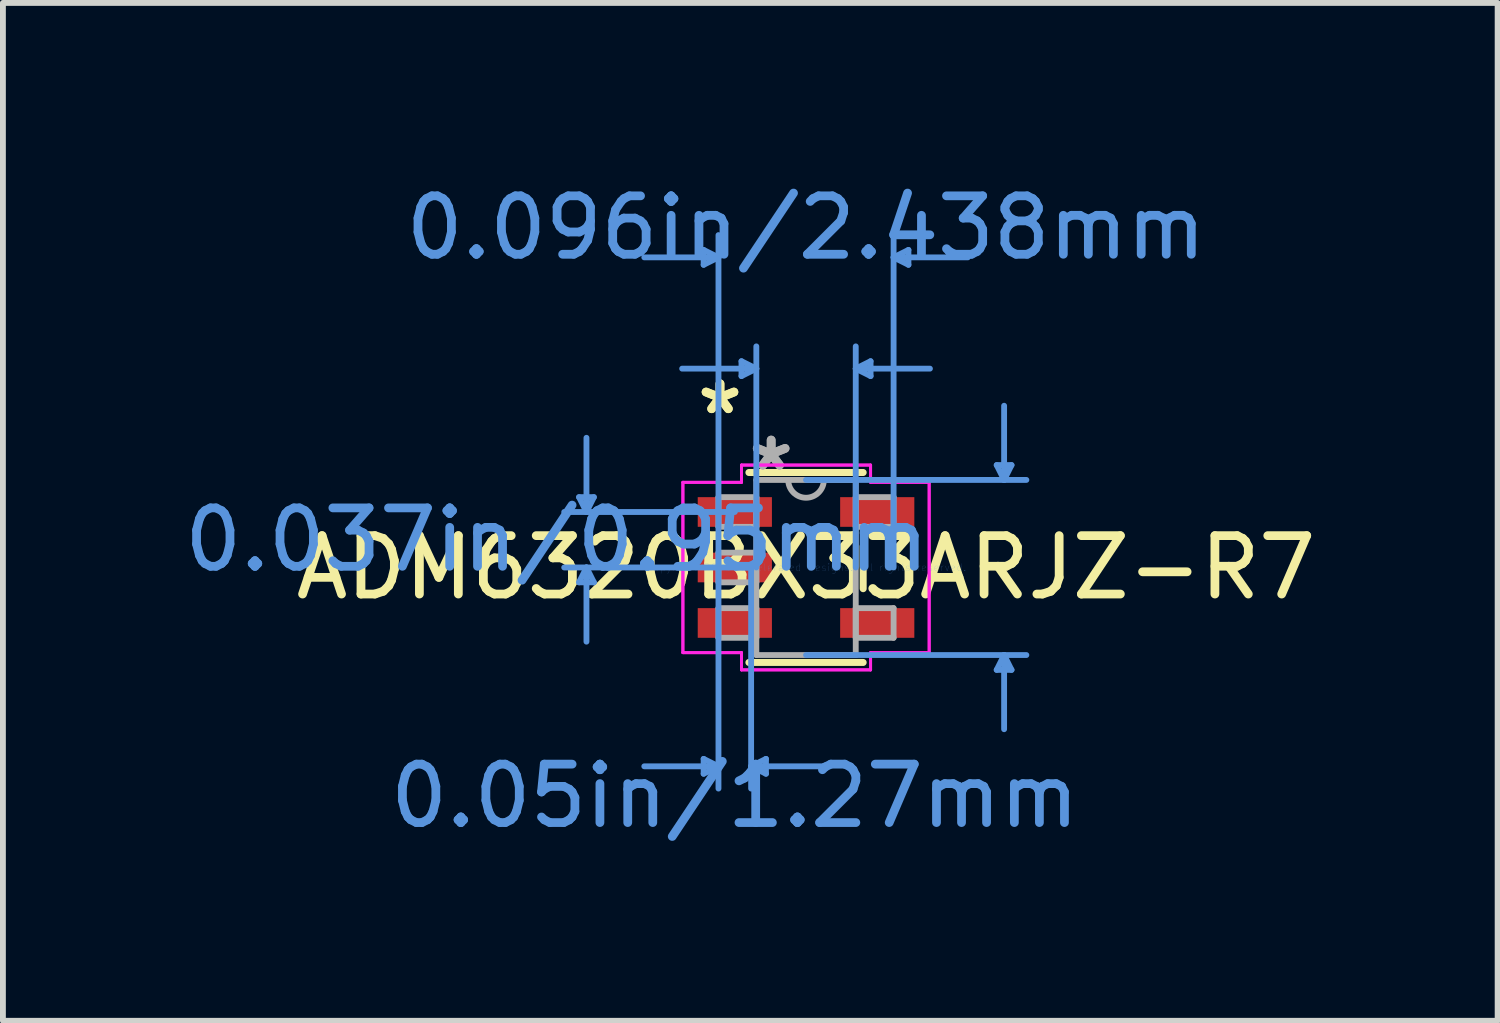
<source format=kicad_pcb>
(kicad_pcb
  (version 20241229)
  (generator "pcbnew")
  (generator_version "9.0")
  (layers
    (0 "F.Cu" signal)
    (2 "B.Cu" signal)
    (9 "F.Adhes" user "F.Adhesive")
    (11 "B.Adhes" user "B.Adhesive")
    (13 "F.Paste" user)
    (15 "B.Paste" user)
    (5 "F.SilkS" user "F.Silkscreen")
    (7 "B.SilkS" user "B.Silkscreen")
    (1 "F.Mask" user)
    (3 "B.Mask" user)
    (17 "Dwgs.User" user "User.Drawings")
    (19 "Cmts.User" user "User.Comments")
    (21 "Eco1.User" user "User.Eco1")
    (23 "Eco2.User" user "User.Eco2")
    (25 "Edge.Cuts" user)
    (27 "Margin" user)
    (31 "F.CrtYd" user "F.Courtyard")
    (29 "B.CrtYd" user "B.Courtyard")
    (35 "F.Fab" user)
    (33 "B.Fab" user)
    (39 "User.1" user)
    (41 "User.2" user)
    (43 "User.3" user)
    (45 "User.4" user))
  (footprint "ADM6320BX33ARJZ-R7"
    (layer "F.Cu")
    (at 10.749 6.665)
    (property "Reference" "ADM6320BX33ARJZ-R7" (at 0 0 0) (layer "F.SilkS") (effects (font (size 1 1) (thickness 0.15))))
    (attr through_hole)
    (fp_line (start -0.978 1.626) (end 0.978 1.626) (stroke (width 0.12) (type solid)) (layer "F.SilkS"))
    (fp_line (start 0.978 -1.626) (end -0.978 -1.626) (stroke (width 0.12) (type solid)) (layer "F.SilkS"))
    (fp_line (start 0.978 0.363) (end 0.978 -0.363) (stroke (width 0.12) (type solid)) (layer "F.SilkS"))
    (fp_line (start -3.886 -1.204) (end -3.632 -1.204) (stroke (width 0.1) (type solid)) (layer "Cmts.User"))
    (fp_line (start -3.886 0.254) (end -3.632 0.254) (stroke (width 0.1) (type solid)) (layer "Cmts.User"))
    (fp_line (start -3.759 -0.95) (end -3.886 -1.204) (stroke (width 0.1) (type solid)) (layer "Cmts.User"))
    (fp_line (start -3.759 -0.95) (end -3.759 -2.22) (stroke (width 0.1) (type solid)) (layer "Cmts.User"))
    (fp_line (start -3.759 -0.95) (end -3.632 -1.204) (stroke (width 0.1) (type solid)) (layer "Cmts.User"))
    (fp_line (start -3.759 0) (end -3.886 0.254) (stroke (width 0.1) (type solid)) (layer "Cmts.User"))
    (fp_line (start -3.759 0) (end -3.759 1.27) (stroke (width 0.1) (type solid)) (layer "Cmts.User"))
    (fp_line (start -3.759 0) (end -3.632 0.254) (stroke (width 0.1) (type solid)) (layer "Cmts.User"))
    (fp_line (start -1.753 -5.436) (end -1.753 -5.182) (stroke (width 0.1) (type solid)) (layer "Cmts.User"))
    (fp_line (start -1.753 3.277) (end -1.753 3.531) (stroke (width 0.1) (type solid)) (layer "Cmts.User"))
    (fp_line (start -1.499 -5.309) (end -2.769 -5.309) (stroke (width 0.1) (type solid)) (layer "Cmts.User"))
    (fp_line (start -1.499 -5.309) (end -1.753 -5.436) (stroke (width 0.1) (type solid)) (layer "Cmts.User"))
    (fp_line (start -1.499 -5.309) (end -1.753 -5.182) (stroke (width 0.1) (type solid)) (layer "Cmts.User"))
    (fp_line (start -1.499 0) (end -1.499 -5.69) (stroke (width 0.1) (type solid)) (layer "Cmts.User"))
    (fp_line (start -1.499 0) (end -1.499 3.785) (stroke (width 0.1) (type solid)) (layer "Cmts.User"))
    (fp_line (start -1.499 3.404) (end -2.769 3.404) (stroke (width 0.1) (type solid)) (layer "Cmts.User"))
    (fp_line (start -1.499 3.404) (end -1.753 3.277) (stroke (width 0.1) (type solid)) (layer "Cmts.User"))
    (fp_line (start -1.499 3.404) (end -1.753 3.531) (stroke (width 0.1) (type solid)) (layer "Cmts.User"))
    (fp_line (start -1.219 -0.95) (end -4.14 -0.95) (stroke (width 0.1) (type solid)) (layer "Cmts.User"))
    (fp_line (start -1.219 0) (end -4.14 0) (stroke (width 0.1) (type solid)) (layer "Cmts.User"))
    (fp_line (start -1.105 -3.531) (end -1.105 -3.277) (stroke (width 0.1) (type solid)) (layer "Cmts.User"))
    (fp_line (start -0.94 0) (end -0.94 3.785) (stroke (width 0.1) (type solid)) (layer "Cmts.User"))
    (fp_line (start -0.94 3.404) (end -0.686 3.277) (stroke (width 0.1) (type solid)) (layer "Cmts.User"))
    (fp_line (start -0.94 3.404) (end -0.686 3.531) (stroke (width 0.1) (type solid)) (layer "Cmts.User"))
    (fp_line (start -0.94 3.404) (end 0.33 3.404) (stroke (width 0.1) (type solid)) (layer "Cmts.User"))
    (fp_line (start -0.851 -3.404) (end -2.121 -3.404) (stroke (width 0.1) (type solid)) (layer "Cmts.User"))
    (fp_line (start -0.851 -3.404) (end -1.105 -3.531) (stroke (width 0.1) (type solid)) (layer "Cmts.User"))
    (fp_line (start -0.851 -3.404) (end -1.105 -3.277) (stroke (width 0.1) (type solid)) (layer "Cmts.User"))
    (fp_line (start -0.851 0) (end -0.851 -3.785) (stroke (width 0.1) (type solid)) (layer "Cmts.User"))
    (fp_line (start -0.686 3.277) (end -0.686 3.531) (stroke (width 0.1) (type solid)) (layer "Cmts.User"))
    (fp_line (start 0 -1.499) (end 3.772 -1.499) (stroke (width 0.1) (type solid)) (layer "Cmts.User"))
    (fp_line (start 0 1.499) (end 3.772 1.499) (stroke (width 0.1) (type solid)) (layer "Cmts.User"))
    (fp_line (start 0.851 -3.404) (end 1.105 -3.531) (stroke (width 0.1) (type solid)) (layer "Cmts.User"))
    (fp_line (start 0.851 -3.404) (end 1.105 -3.277) (stroke (width 0.1) (type solid)) (layer "Cmts.User"))
    (fp_line (start 0.851 -3.404) (end 2.121 -3.404) (stroke (width 0.1) (type solid)) (layer "Cmts.User"))
    (fp_line (start 0.851 0) (end 0.851 -3.785) (stroke (width 0.1) (type solid)) (layer "Cmts.User"))
    (fp_line (start 1.105 -3.531) (end 1.105 -3.277) (stroke (width 0.1) (type solid)) (layer "Cmts.User"))
    (fp_line (start 1.499 -5.309) (end 1.753 -5.436) (stroke (width 0.1) (type solid)) (layer "Cmts.User"))
    (fp_line (start 1.499 -5.309) (end 1.753 -5.182) (stroke (width 0.1) (type solid)) (layer "Cmts.User"))
    (fp_line (start 1.499 -5.309) (end 2.769 -5.309) (stroke (width 0.1) (type solid)) (layer "Cmts.User"))
    (fp_line (start 1.499 0) (end 1.499 -5.69) (stroke (width 0.1) (type solid)) (layer "Cmts.User"))
    (fp_line (start 1.753 -5.436) (end 1.753 -5.182) (stroke (width 0.1) (type solid)) (layer "Cmts.User"))
    (fp_line (start 3.264 -1.753) (end 3.518 -1.753) (stroke (width 0.1) (type solid)) (layer "Cmts.User"))
    (fp_line (start 3.264 1.753) (end 3.518 1.753) (stroke (width 0.1) (type solid)) (layer "Cmts.User"))
    (fp_line (start 3.391 -1.499) (end 3.264 -1.753) (stroke (width 0.1) (type solid)) (layer "Cmts.User"))
    (fp_line (start 3.391 -1.499) (end 3.391 -2.769) (stroke (width 0.1) (type solid)) (layer "Cmts.User"))
    (fp_line (start 3.391 -1.499) (end 3.518 -1.753) (stroke (width 0.1) (type solid)) (layer "Cmts.User"))
    (fp_line (start 3.391 1.499) (end 3.264 1.753) (stroke (width 0.1) (type solid)) (layer "Cmts.User"))
    (fp_line (start 3.391 1.499) (end 3.391 2.769) (stroke (width 0.1) (type solid)) (layer "Cmts.User"))
    (fp_line (start 3.391 1.499) (end 3.518 1.753) (stroke (width 0.1) (type solid)) (layer "Cmts.User"))
    (fp_line (start -2.108 -1.458) (end -1.105 -1.458) (stroke (width 0.05) (type solid)) (layer "F.CrtYd"))
    (fp_line (start -2.108 -1.458) (end -1.105 -1.458) (stroke (width 0.05) (type solid)) (layer "F.CrtYd"))
    (fp_line (start -2.108 1.458) (end -2.108 -1.458) (stroke (width 0.05) (type solid)) (layer "F.CrtYd"))
    (fp_line (start -2.108 1.458) (end -2.108 -1.458) (stroke (width 0.05) (type solid)) (layer "F.CrtYd"))
    (fp_line (start -1.105 -1.753) (end 1.105 -1.753) (stroke (width 0.05) (type solid)) (layer "F.CrtYd"))
    (fp_line (start -1.105 -1.753) (end 1.105 -1.753) (stroke (width 0.05) (type solid)) (layer "F.CrtYd"))
    (fp_line (start -1.105 -1.458) (end -1.105 -1.753) (stroke (width 0.05) (type solid)) (layer "F.CrtYd"))
    (fp_line (start -1.105 -1.458) (end -1.105 -1.753) (stroke (width 0.05) (type solid)) (layer "F.CrtYd"))
    (fp_line (start -1.105 1.458) (end -2.108 1.458) (stroke (width 0.05) (type solid)) (layer "F.CrtYd"))
    (fp_line (start -1.105 1.458) (end -2.108 1.458) (stroke (width 0.05) (type solid)) (layer "F.CrtYd"))
    (fp_line (start -1.105 1.753) (end -1.105 1.458) (stroke (width 0.05) (type solid)) (layer "F.CrtYd"))
    (fp_line (start -1.105 1.753) (end -1.105 1.458) (stroke (width 0.05) (type solid)) (layer "F.CrtYd"))
    (fp_line (start 1.105 -1.753) (end 1.105 -1.458) (stroke (width 0.05) (type solid)) (layer "F.CrtYd"))
    (fp_line (start 1.105 -1.753) (end 1.105 -1.458) (stroke (width 0.05) (type solid)) (layer "F.CrtYd"))
    (fp_line (start 1.105 -1.458) (end 2.108 -1.458) (stroke (width 0.05) (type solid)) (layer "F.CrtYd"))
    (fp_line (start 1.105 -1.458) (end 2.108 -1.458) (stroke (width 0.05) (type solid)) (layer "F.CrtYd"))
    (fp_line (start 1.105 1.458) (end 1.105 1.753) (stroke (width 0.05) (type solid)) (layer "F.CrtYd"))
    (fp_line (start 1.105 1.458) (end 1.105 1.753) (stroke (width 0.05) (type solid)) (layer "F.CrtYd"))
    (fp_line (start 1.105 1.753) (end -1.105 1.753) (stroke (width 0.05) (type solid)) (layer "F.CrtYd"))
    (fp_line (start 1.105 1.753) (end -1.105 1.753) (stroke (width 0.05) (type solid)) (layer "F.CrtYd"))
    (fp_line (start 2.108 -1.458) (end 2.108 1.458) (stroke (width 0.05) (type solid)) (layer "F.CrtYd"))
    (fp_line (start 2.108 -1.458) (end 2.108 1.458) (stroke (width 0.05) (type solid)) (layer "F.CrtYd"))
    (fp_line (start 2.108 1.458) (end 1.105 1.458) (stroke (width 0.05) (type solid)) (layer "F.CrtYd"))
    (fp_line (start 2.108 1.458) (end 1.105 1.458) (stroke (width 0.05) (type solid)) (layer "F.CrtYd"))
    (fp_line (start -1.499 -1.204) (end -1.499 -0.696) (stroke (width 0.1) (type solid)) (layer "F.Fab"))
    (fp_line (start -1.499 -0.696) (end -0.851 -0.696) (stroke (width 0.1) (type solid)) (layer "F.Fab"))
    (fp_line (start -1.499 -0.254) (end -1.499 0.254) (stroke (width 0.1) (type solid)) (layer "F.Fab"))
    (fp_line (start -1.499 0.254) (end -0.851 0.254) (stroke (width 0.1) (type solid)) (layer "F.Fab"))
    (fp_line (start -1.499 0.696) (end -1.499 1.204) (stroke (width 0.1) (type solid)) (layer "F.Fab"))
    (fp_line (start -1.499 1.204) (end -0.851 1.204) (stroke (width 0.1) (type solid)) (layer "F.Fab"))
    (fp_line (start -0.851 -1.499) (end -0.851 1.499) (stroke (width 0.1) (type solid)) (layer "F.Fab"))
    (fp_line (start -0.851 -1.204) (end -1.499 -1.204) (stroke (width 0.1) (type solid)) (layer "F.Fab"))
    (fp_line (start -0.851 -0.696) (end -0.851 -1.204) (stroke (width 0.1) (type solid)) (layer "F.Fab"))
    (fp_line (start -0.851 -0.254) (end -1.499 -0.254) (stroke (width 0.1) (type solid)) (layer "F.Fab"))
    (fp_line (start -0.851 0.254) (end -0.851 -0.254) (stroke (width 0.1) (type solid)) (layer "F.Fab"))
    (fp_line (start -0.851 0.696) (end -1.499 0.696) (stroke (width 0.1) (type solid)) (layer "F.Fab"))
    (fp_line (start -0.851 1.204) (end -0.851 0.696) (stroke (width 0.1) (type solid)) (layer "F.Fab"))
    (fp_line (start -0.851 1.499) (end 0.851 1.499) (stroke (width 0.1) (type solid)) (layer "F.Fab"))
    (fp_line (start 0.851 -1.499) (end -0.851 -1.499) (stroke (width 0.1) (type solid)) (layer "F.Fab"))
    (fp_line (start 0.851 -1.204) (end 0.851 -0.696) (stroke (width 0.1) (type solid)) (layer "F.Fab"))
    (fp_line (start 0.851 -0.696) (end 1.499 -0.696) (stroke (width 0.1) (type solid)) (layer "F.Fab"))
    (fp_line (start 0.851 0.696) (end 0.851 1.204) (stroke (width 0.1) (type solid)) (layer "F.Fab"))
    (fp_line (start 0.851 1.204) (end 1.499 1.204) (stroke (width 0.1) (type solid)) (layer "F.Fab"))
    (fp_line (start 0.851 1.499) (end 0.851 -1.499) (stroke (width 0.1) (type solid)) (layer "F.Fab"))
    (fp_line (start 1.499 -1.204) (end 0.851 -1.204) (stroke (width 0.1) (type solid)) (layer "F.Fab"))
    (fp_line (start 1.499 -0.696) (end 1.499 -1.204) (stroke (width 0.1) (type solid)) (layer "F.Fab"))
    (fp_line (start 1.499 0.696) (end 0.851 0.696) (stroke (width 0.1) (type solid)) (layer "F.Fab"))
    (fp_line (start 1.499 1.204) (end 1.499 0.696) (stroke (width 0.1) (type solid)) (layer "F.Fab"))
    (fp_arc (start 0.3048 -1.4986) (mid 0 -1.1938) (end -0.3048 -1.4986) (stroke (width 0.1) (type solid)) (layer "F.Fab"))
    (fp_text user "*" (at -1.473 -2.601 0) (layer "F.SilkS") (effects (font (size 1 1) (thickness 0.15))))
    (fp_text user "*" (at -1.473 -2.601 0) (layer "F.SilkS") (effects (font (size 1 1) (thickness 0.15))))
    (fp_text user "0.037in/0.95mm" (at -4.267 -0.475 0) (layer "Cmts.User") (effects (font (size 1 1) (thickness 0.15))))
    (fp_text user "Copyright 2021 Accelerated Designs. All rights reserved." (at 0 0 0) (layer "Cmts.User") (effects (font (size 0.127 0.127) (thickness 0.002))))
    (fp_text user "0.05in/1.27mm" (at -1.219 3.912 0) (layer "Cmts.User") (effects (font (size 1 1) (thickness 0.15))))
    (fp_text user "0.096in/2.438mm" (at 0 -5.817 0) (layer "Cmts.User") (effects (font (size 1 1) (thickness 0.15))))
    (fp_text user "*" (at -0.597 -1.636 0) (layer "F.Fab") (effects (font (size 1 1) (thickness 0.15))))
    (fp_text user "*" (at -0.597 -1.636 0) (layer "F.Fab") (effects (font (size 1 1) (thickness 0.15))))
    (pad "1" smd rect (at -1.219 -0.95) (size 1.27 0.508) (layers "F.Cu" "F.Mask" "F.Paste"))
    (pad "2" smd rect (at -1.219 0) (size 1.27 0.508) (layers "F.Cu" "F.Mask" "F.Paste"))
    (pad "3" smd rect (at -1.219 0.95) (size 1.27 0.508) (layers "F.Cu" "F.Mask" "F.Paste"))
    (pad "4" smd rect (at 1.219 0.95) (size 1.27 0.508) (layers "F.Cu" "F.Mask" "F.Paste"))
    (pad "5" smd rect (at 1.219 -0.95) (size 1.27 0.508) (layers "F.Cu" "F.Mask" "F.Paste")))
  (gr_rect
    (start -3 -3)
    (end 22.589 14.425)
    (stroke (width 0.1) (type default))
    (fill no)
    (layer "Edge.Cuts")))
</source>
